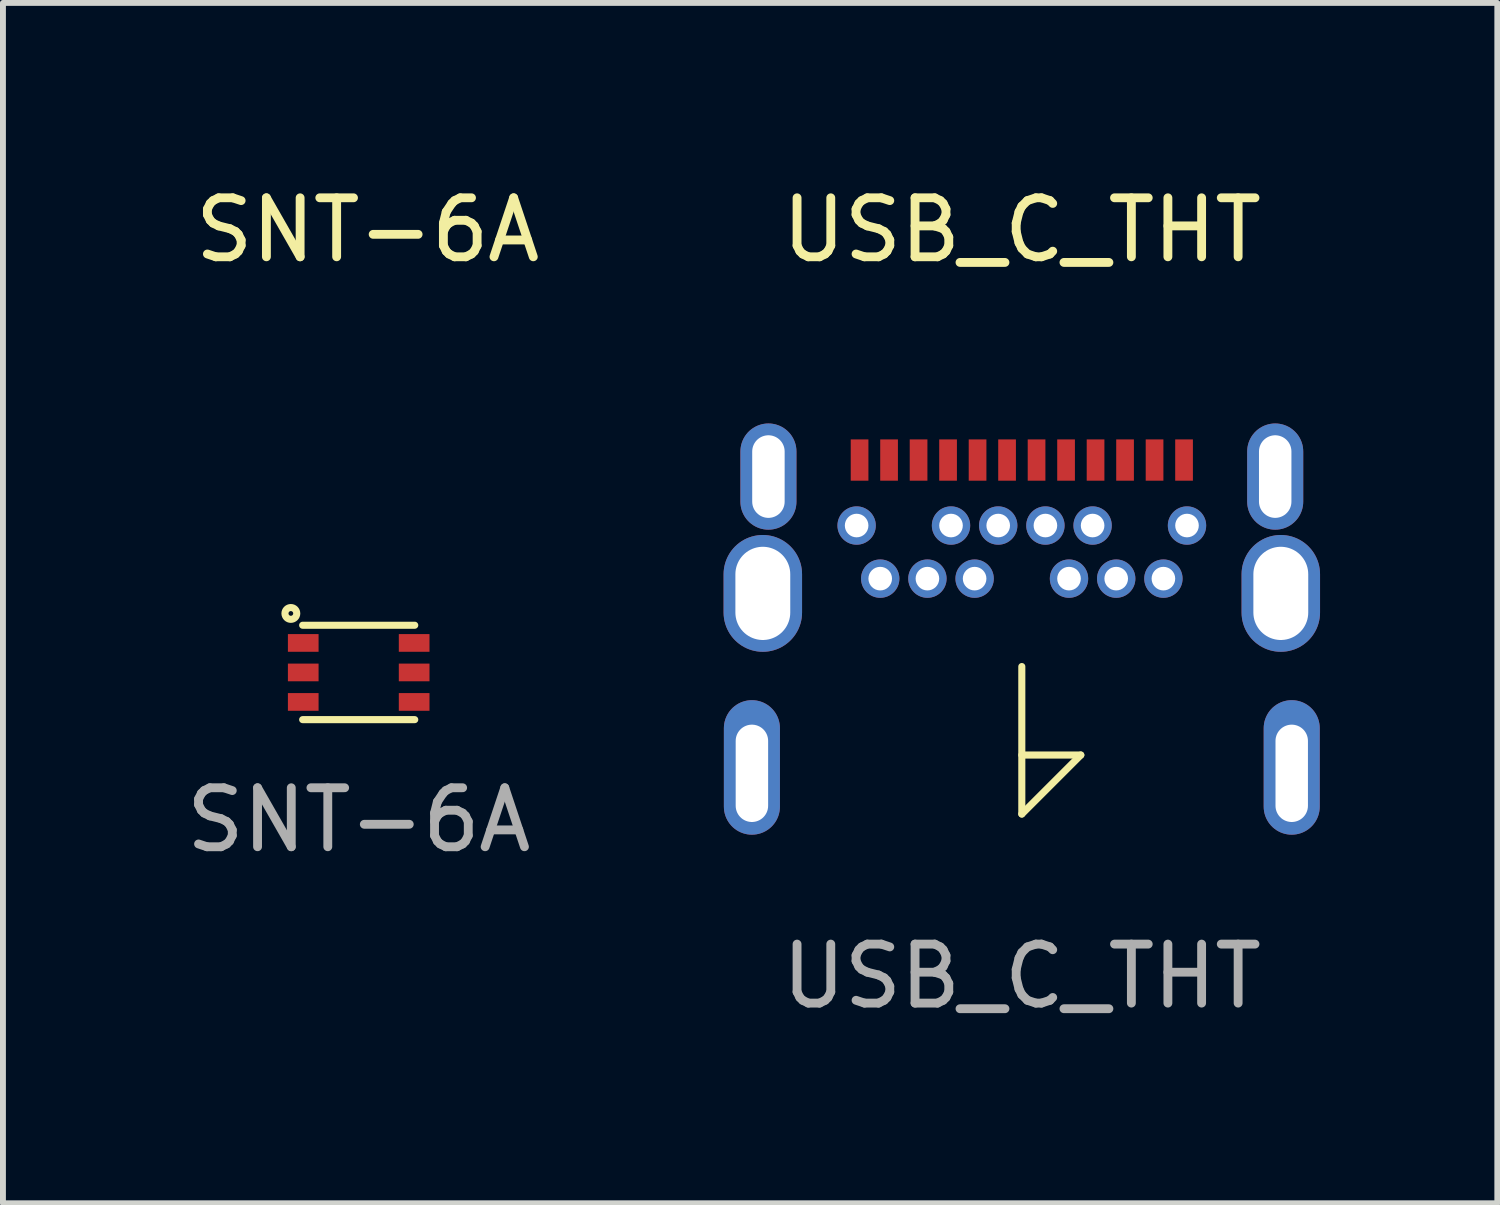
<source format=kicad_pcb>
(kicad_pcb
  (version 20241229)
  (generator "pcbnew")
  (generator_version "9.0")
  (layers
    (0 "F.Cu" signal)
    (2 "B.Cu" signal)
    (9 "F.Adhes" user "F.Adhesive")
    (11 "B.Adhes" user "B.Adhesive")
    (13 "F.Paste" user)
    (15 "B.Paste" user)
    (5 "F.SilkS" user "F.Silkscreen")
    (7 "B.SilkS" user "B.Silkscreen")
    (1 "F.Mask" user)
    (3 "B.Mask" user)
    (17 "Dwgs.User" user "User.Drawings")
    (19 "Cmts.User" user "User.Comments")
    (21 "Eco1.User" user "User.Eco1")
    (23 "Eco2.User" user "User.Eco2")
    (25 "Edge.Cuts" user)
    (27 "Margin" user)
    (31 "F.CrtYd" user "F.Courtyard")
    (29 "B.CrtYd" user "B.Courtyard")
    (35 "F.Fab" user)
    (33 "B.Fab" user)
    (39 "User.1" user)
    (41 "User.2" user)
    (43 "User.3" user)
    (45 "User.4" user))
  (footprint "USB_C_THT"
    (layer "F.Cu")
    (at 14.27 4.748)
    (property "Reference" "USB_C_THT" (at 0 -3.9 0) (unlocked yes) (layer "F.SilkS") (effects (font (size 1 1) (thickness 0.15))))
    (attr smd)
    (fp_line (start 0 3.5) (end 0 6) (stroke (width 0.12) (type solid)) (layer "F.SilkS"))
    (fp_line (start 0 6) (end 1 5) (stroke (width 0.12) (type solid)) (layer "F.SilkS"))
    (fp_line (start 1 5) (end 0 5) (stroke (width 0.12) (type solid)) (layer "F.SilkS"))
    (fp_line (start -5 8.525) (end 5 8.525) (stroke (width 0.12) (type solid)) (layer "Margin"))
    (fp_text user "${REFERENCE}" (at 0 8.75 0) (unlocked yes) (layer "F.Fab") (effects (font (size 1 1) (thickness 0.15))))
    (pad "13" thru_hole oval (at -4.575 5.31) (size 0.95 2.28) (drill oval 0.55 1.65 (offset 0 -0.1)) (layers "*.Cu" "*.Mask"))
    (pad "13" thru_hole oval (at -4.39 2.26) (size 1.33 1.98) (drill oval 0.93 1.58) (layers "*.Cu" "*.Mask"))
    (pad "13" thru_hole oval (at -4.295 0.28) (size 0.95 1.8) (drill oval 0.55 1.4) (layers "*.Cu" "*.Mask"))
    (pad "13" thru_hole oval (at 4.295 0.28) (size 0.95 1.8) (drill oval 0.55 1.4) (layers "*.Cu" "*.Mask"))
    (pad "13" thru_hole oval (at 4.39 2.26) (size 1.33 1.98) (drill oval 0.93 1.58) (layers "*.Cu" "*.Mask"))
    (pad "13" thru_hole oval (at 4.575 5.31) (size 0.95 2.28) (drill oval 0.55 1.65 (offset 0 -0.1)) (layers "*.Cu" "*.Mask"))
    (pad "A1" smd rect (at -2.75 0) (size 0.3 0.7) (layers "F.Cu" "F.Mask" "F.Paste"))
    (pad "A2" smd rect (at -2.25 0) (size 0.3 0.7) (layers "F.Cu" "F.Mask" "F.Paste"))
    (pad "A3" smd rect (at -1.75 0) (size 0.3 0.7) (layers "F.Cu" "F.Mask" "F.Paste"))
    (pad "A4" smd rect (at -1.25 0) (size 0.3 0.7) (layers "F.Cu" "F.Mask" "F.Paste"))
    (pad "A5" smd rect (at -0.75 0) (size 0.3 0.7) (layers "F.Cu" "F.Mask" "F.Paste"))
    (pad "A6" smd rect (at -0.25 0) (size 0.3 0.7) (layers "F.Cu" "F.Mask" "F.Paste"))
    (pad "A7" smd rect (at 0.25 0) (size 0.3 0.7) (layers "F.Cu" "F.Mask" "F.Paste"))
    (pad "A8" smd rect (at 0.75 0) (size 0.3 0.7) (layers "F.Cu" "F.Mask" "F.Paste"))
    (pad "A9" smd rect (at 1.25 0) (size 0.3 0.7) (layers "F.Cu" "F.Mask" "F.Paste"))
    (pad "A10" smd rect (at 1.75 0) (size 0.3 0.7) (layers "F.Cu" "F.Mask" "F.Paste"))
    (pad "A11" smd rect (at 2.25 0) (size 0.3 0.7) (layers "F.Cu" "F.Mask" "F.Paste"))
    (pad "A12" smd rect (at 2.75 0) (size 0.3 0.7) (layers "F.Cu" "F.Mask" "F.Paste"))
    (pad "B1" thru_hole circle (at 2.8 1.11) (size 0.65 0.65) (drill 0.4) (layers "*.Cu" "*.Mask"))
    (pad "B2" thru_hole circle (at 2.4 2.01) (size 0.65 0.65) (drill 0.4) (layers "*.Cu" "*.Mask"))
    (pad "B3" thru_hole circle (at 1.6 2.01) (size 0.65 0.65) (drill 0.4) (layers "*.Cu" "*.Mask"))
    (pad "B4" thru_hole circle (at 1.2 1.11) (size 0.65 0.65) (drill 0.4) (layers "*.Cu" "*.Mask"))
    (pad "B5" thru_hole circle (at 0.8 2.01) (size 0.65 0.65) (drill 0.4) (layers "*.Cu" "*.Mask"))
    (pad "B6" thru_hole circle (at 0.4 1.11) (size 0.65 0.65) (drill 0.4) (layers "*.Cu" "*.Mask"))
    (pad "B7" thru_hole circle (at -0.4 1.11) (size 0.65 0.65) (drill 0.4) (layers "*.Cu" "*.Mask"))
    (pad "B8" thru_hole circle (at -0.8 2.01) (size 0.65 0.65) (drill 0.4) (layers "*.Cu" "*.Mask"))
    (pad "B9" thru_hole circle (at -1.2 1.11) (size 0.65 0.65) (drill 0.4) (layers "*.Cu" "*.Mask"))
    (pad "B10" thru_hole circle (at -1.6 2.01) (size 0.65 0.65) (drill 0.4) (layers "*.Cu" "*.Mask"))
    (pad "B11" thru_hole circle (at -2.4 2.01) (size 0.65 0.65) (drill 0.4) (layers "*.Cu" "*.Mask"))
    (pad "B12" thru_hole circle (at -2.8 1.11) (size 0.65 0.65) (drill 0.4) (layers "*.Cu" "*.Mask")))
  (footprint "SNT-6A"
    (layer "F.Cu")
    (at 3.03 8.348)
    (property "Reference" "SNT-6A" (at 0.15 -7.5 0) (unlocked yes) (layer "F.SilkS") (effects (font (size 1 1) (thickness 0.15))))
    (attr smd)
    (fp_line (start -0.95 -0.8) (end 0.95 -0.8) (stroke (width 0.12) (type solid)) (layer "F.SilkS"))
    (fp_line (start -0.95 0.8) (end 0.95 0.8) (stroke (width 0.12) (type solid)) (layer "F.SilkS"))
    (fp_circle (center -1.15 -1) (end -1.15 -1.1) (stroke (width 0.12) (type solid)) (fill no) (layer "F.SilkS"))
    (fp_text user "${REFERENCE}" (at 0 2.5 0) (unlocked yes) (layer "F.Fab") (effects (font (size 1 1) (thickness 0.15))))
    (pad "1" smd rect (at -0.94 -0.5 270) (size 0.3 0.52) (layers "F.Cu" "F.Mask" "F.Paste"))
    (pad "2" smd rect (at -0.94 0 270) (size 0.3 0.52) (layers "F.Cu" "F.Mask" "F.Paste"))
    (pad "3" smd rect (at -0.94 0.5 270) (size 0.3 0.52) (layers "F.Cu" "F.Mask" "F.Paste"))
    (pad "4" smd rect (at 0.94 0.5 270) (size 0.3 0.52) (layers "F.Cu" "F.Mask" "F.Paste"))
    (pad "5" smd rect (at 0.94 0 270) (size 0.3 0.52) (layers "F.Cu" "F.Mask" "F.Paste"))
    (pad "6" smd rect (at 0.94 -0.5 270) (size 0.3 0.52) (layers "F.Cu" "F.Mask" "F.Paste")))
  (gr_rect
    (start -3 -3)
    (end 22.33 17.346)
    (stroke (width 0.1) (type default))
    (fill no)
    (layer "Edge.Cuts")))
</source>
